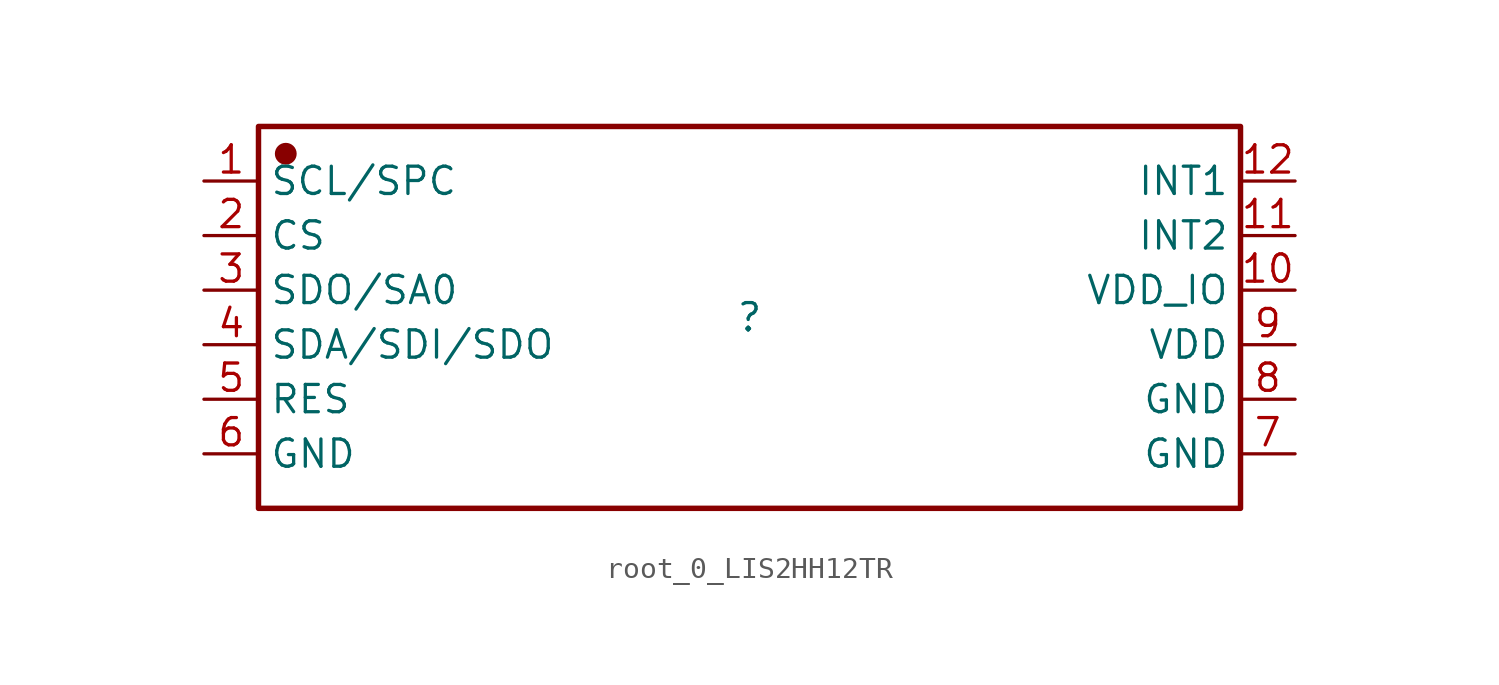
<source format=kicad_sym>
(kicad_symbol_lib
  (version 20231120)
  (generator "kicad_symbol_editor")
  (generator_version "8.0")
  (symbol "root_0_LIS2HH12TR"
    (property "Reference" ""
      (at 0 0 0)
      (effects (font (size 1.27 1.27))))
    (property "Value" ""
      (at 0 0 0)
      (effects (font (size 1.27 1.27))))
    (symbol "root_0_LIS2HH12TR_1_0"
      (rectangle (start -22.86 8.89) (end 22.86 -8.89) (stroke (width 0.254) (type solid) (color 136 0 0 1)) (fill (type none)))
      (circle (center -21.59 7.62) (radius 0.381) (stroke (width 0.254) (type solid) (color 136 0 0 1)) (fill (type outline)))
      (pin passive line (at -25.4 6.35 0) (length 2.54) (name "SCL/SPC" (effects (font (size 1.27 1.27)))) (number "1" (effects (font (size 1.27 1.27)))))
      (pin passive line (at 25.4 1.27 180) (length 2.54) (name "VDD_IO" (effects (font (size 1.27 1.27)))) (number "10" (effects (font (size 1.27 1.27)))))
      (pin passive line (at 25.4 3.81 180) (length 2.54) (name "INT2" (effects (font (size 1.27 1.27)))) (number "11" (effects (font (size 1.27 1.27)))))
      (pin passive line (at 25.4 6.35 180) (length 2.54) (name "INT1" (effects (font (size 1.27 1.27)))) (number "12" (effects (font (size 1.27 1.27)))))
      (pin passive line (at -25.4 3.81 0) (length 2.54) (name "CS" (effects (font (size 1.27 1.27)))) (number "2" (effects (font (size 1.27 1.27)))))
      (pin passive line (at -25.4 1.27 0) (length 2.54) (name "SDO/SA0" (effects (font (size 1.27 1.27)))) (number "3" (effects (font (size 1.27 1.27)))))
      (pin passive line (at -25.4 -1.27 0) (length 2.54) (name "SDA/SDI/SDO" (effects (font (size 1.27 1.27)))) (number "4" (effects (font (size 1.27 1.27)))))
      (pin passive line (at -25.4 -3.81 0) (length 2.54) (name "RES" (effects (font (size 1.27 1.27)))) (number "5" (effects (font (size 1.27 1.27)))))
      (pin passive line (at -25.4 -6.35 0) (length 2.54) (name "GND" (effects (font (size 1.27 1.27)))) (number "6" (effects (font (size 1.27 1.27)))))
      (pin passive line (at 25.4 -6.35 180) (length 2.54) (name "GND" (effects (font (size 1.27 1.27)))) (number "7" (effects (font (size 1.27 1.27)))))
      (pin passive line (at 25.4 -3.81 180) (length 2.54) (name "GND" (effects (font (size 1.27 1.27)))) (number "8" (effects (font (size 1.27 1.27)))))
      (pin passive line (at 25.4 -1.27 180) (length 2.54) (name "VDD" (effects (font (size 1.27 1.27)))) (number "9" (effects (font (size 1.27 1.27))))))))
</source>
